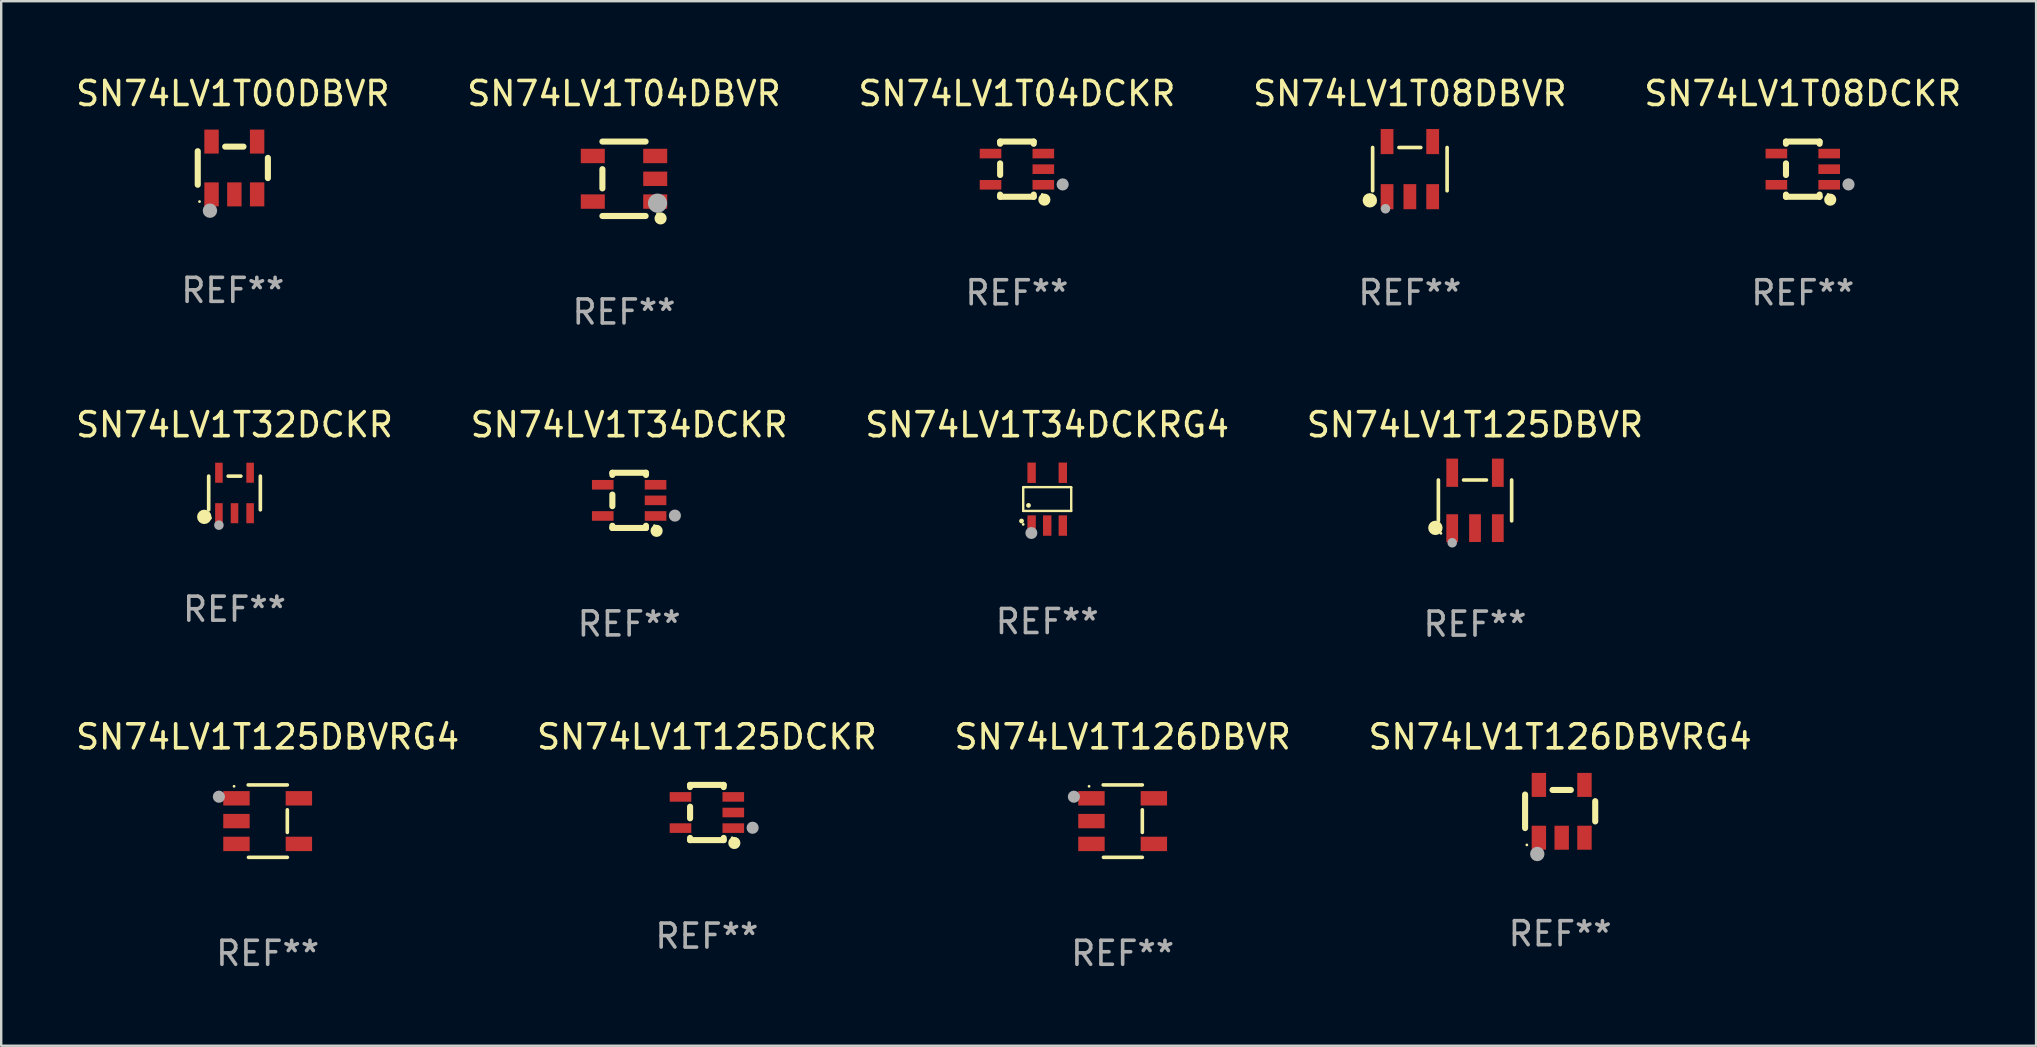
<source format=kicad_pcb>
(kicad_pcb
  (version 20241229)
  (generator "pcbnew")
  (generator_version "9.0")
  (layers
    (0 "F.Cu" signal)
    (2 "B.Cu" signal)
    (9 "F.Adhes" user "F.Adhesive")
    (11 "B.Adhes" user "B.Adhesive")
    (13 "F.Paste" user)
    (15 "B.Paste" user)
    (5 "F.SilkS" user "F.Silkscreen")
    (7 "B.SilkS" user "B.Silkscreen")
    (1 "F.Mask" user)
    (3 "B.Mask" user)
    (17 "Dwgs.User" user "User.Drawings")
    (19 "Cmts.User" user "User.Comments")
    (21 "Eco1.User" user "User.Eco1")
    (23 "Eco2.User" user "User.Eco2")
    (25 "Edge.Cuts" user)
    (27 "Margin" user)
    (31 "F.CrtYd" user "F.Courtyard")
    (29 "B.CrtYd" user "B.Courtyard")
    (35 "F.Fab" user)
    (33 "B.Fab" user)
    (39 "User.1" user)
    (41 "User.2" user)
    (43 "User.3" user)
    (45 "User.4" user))
  (footprint "SN74LV1T08DCKR"
    (layer "F.Cu")
    (at 72.054 3.998)
    (property "Reference" "SN74LV1T08DCKR" (at 0 -3.15 0) (layer "F.SilkS") (effects (font (size 1 1) (thickness 0.15))))
    (attr through_hole)
    (fp_line (start -0.7 -1.15) (end 0.7 -1.15) (stroke (width 0.254) (type solid)) (layer "F.SilkS"))
    (fp_line (start -0.7 -1.058) (end -0.7 -1.15) (stroke (width 0.254) (type solid)) (layer "F.SilkS"))
    (fp_line (start -0.7 0.242) (end -0.7 -0.242) (stroke (width 0.254) (type solid)) (layer "F.SilkS"))
    (fp_line (start -0.7 1.15) (end -0.7 1.058) (stroke (width 0.254) (type solid)) (layer "F.SilkS"))
    (fp_line (start -0.7 1.15) (end 0.7 1.15) (stroke (width 0.254) (type solid)) (layer "F.SilkS"))
    (fp_line (start 0.7 -1.058) (end 0.7 -1.15) (stroke (width 0.254) (type solid)) (layer "F.SilkS"))
    (fp_line (start 0.7 1.15) (end 0.7 1.058) (stroke (width 0.254) (type solid)) (layer "F.SilkS"))
    (fp_circle (center 1.053 1.052) (end 1.083 1.052) (stroke (width 0.06) (type solid)) (fill no) (layer "F.SilkS"))
    (fp_circle (center 1.143 1.27) (end 1.27 1.27) (stroke (width 0.254) (type solid)) (fill no) (layer "F.SilkS"))
    (fp_circle (center 1.905 0.635) (end 2.032 0.635) (stroke (width 0.254) (type solid)) (fill no) (layer "F.Fab"))
    (fp_text user "REF**" (at 0 5.15 0) (layer "F.Fab") (effects (font (size 1 1) (thickness 0.15))))
    (pad "1" smd rect (at 1.1 0.65 90) (size 0.4 0.9) (layers "F.Cu" "F.Mask" "F.Paste"))
    (pad "2" smd rect (at 1.1 0.000076 90) (size 0.4 0.9) (layers "F.Cu" "F.Mask" "F.Paste"))
    (pad "3" smd rect (at 1.1 -0.65 90) (size 0.4 0.9) (layers "F.Cu" "F.Mask" "F.Paste"))
    (pad "4" smd rect (at -1.1 -0.65 90) (size 0.4 0.9) (layers "F.Cu" "F.Mask" "F.Paste"))
    (pad "5" smd rect (at -1.1 0.65 90) (size 0.4 0.9) (layers "F.Cu" "F.Mask" "F.Paste")))
  (footprint "SN74LV1T125DBVR"
    (layer "F.Cu")
    (at 58.399 17.798)
    (property "Reference" "SN74LV1T125DBVR" (at 0 -3.154 0) (layer "F.SilkS") (effects (font (size 1 1) (thickness 0.15))))
    (attr through_hole)
    (fp_line (start -1.526 0.851) (end -1.526 -0.851) (stroke (width 0.152) (type solid)) (layer "F.SilkS"))
    (fp_line (start 0.476 -0.851) (end -0.476 -0.851) (stroke (width 0.152) (type solid)) (layer "F.SilkS"))
    (fp_line (start 1.526 0.851) (end 1.526 -0.851) (stroke (width 0.152) (type solid)) (layer "F.SilkS"))
    (fp_circle (center -1.651 1.143) (end -1.501 1.143) (stroke (width 0.3) (type solid)) (fill no) (layer "F.SilkS"))
    (fp_circle (center -1.42 1.37) (end -1.39 1.37) (stroke (width 0.06) (type solid)) (fill no) (layer "F.SilkS"))
    (fp_circle (center -0.95 1.763) (end -0.85 1.763) (stroke (width 0.2) (type solid)) (fill no) (layer "F.Fab"))
    (fp_text user "REF**" (at 0 5.154 0) (layer "F.Fab") (effects (font (size 1 1) (thickness 0.15))))
    (pad "1" smd rect (at -0.95 1.154) (size 0.49 1.157) (layers "F.Cu" "F.Mask" "F.Paste"))
    (pad "2" smd rect (at 0 1.154) (size 0.49 1.157) (layers "F.Cu" "F.Mask" "F.Paste"))
    (pad "3" smd rect (at 0.95 1.154) (size 0.49 1.157) (layers "F.Cu" "F.Mask" "F.Paste"))
    (pad "4" smd rect (at 0.95 -1.154) (size 0.49 1.175) (layers "F.Cu" "F.Mask" "F.Paste"))
    (pad "5" smd rect (at -0.95 -1.154) (size 0.49 1.175) (layers "F.Cu" "F.Mask" "F.Paste")))
  (footprint "SN74LV1T34DCKRG4"
    (layer "F.Cu")
    (at 40.577 17.745)
    (property "Reference" "SN74LV1T34DCKRG4" (at 0 -3.1 0) (layer "F.SilkS") (effects (font (size 1 1) (thickness 0.15))))
    (attr through_hole)
    (fp_line (start -1 -0.5) (end -1 0.49) (stroke (width 0.1) (type solid)) (layer "F.SilkS"))
    (fp_line (start -1 0.49) (end 1 0.49) (stroke (width 0.1) (type solid)) (layer "F.SilkS"))
    (fp_line (start 0.99 -0.5) (end -1 -0.5) (stroke (width 0.1) (type solid)) (layer "F.SilkS"))
    (fp_line (start 1 -0.49) (end 0.99 -0.5) (stroke (width 0.1) (type solid)) (layer "F.SilkS"))
    (fp_line (start 1 0.49) (end 1 -0.49) (stroke (width 0.1) (type solid)) (layer "F.SilkS"))
    (fp_circle (center -1.07 0.91) (end -1.02 0.91) (stroke (width 0.1) (type solid)) (fill no) (layer "F.SilkS"))
    (fp_circle (center -1 1.05) (end -0.97 1.05) (stroke (width 0.06) (type solid)) (fill no) (layer "F.SilkS"))
    (fp_circle (center -0.78 0.26) (end -0.73 0.26) (stroke (width 0.1) (type solid)) (fill no) (layer "F.SilkS"))
    (fp_circle (center -0.66 1.41) (end -0.535 1.41) (stroke (width 0.25) (type solid)) (fill no) (layer "F.Fab"))
    (fp_text user "REF**" (at 0 5.1 0) (layer "F.Fab") (effects (font (size 1 1) (thickness 0.15))))
    (pad "1" smd rect (at -0.65 1.1) (size 0.35 0.85) (layers "F.Cu" "F.Mask" "F.Paste"))
    (pad "2" smd rect (at 0.000051 1.1) (size 0.35 0.85) (layers "F.Cu" "F.Mask" "F.Paste"))
    (pad "3" smd rect (at 0.65 1.1) (size 0.35 0.85) (layers "F.Cu" "F.Mask" "F.Paste"))
    (pad "4" smd rect (at 0.65 -1.1) (size 0.35 0.85) (layers "F.Cu" "F.Mask" "F.Paste"))
    (pad "5" smd rect (at -0.65 -1.1) (size 0.35 0.85) (layers "F.Cu" "F.Mask" "F.Paste")))
  (footprint "SN74LV1T00DBVR"
    (layer "F.Cu")
    (at 6.649 3.948)
    (property "Reference" "SN74LV1T00DBVR" (at 0 -3.1 0) (layer "F.SilkS") (effects (font (size 1 1) (thickness 0.15))))
    (attr through_hole)
    (fp_line (start -1.461 -0.699) (end -1.461 0.699) (stroke (width 0.254) (type solid)) (layer "F.SilkS"))
    (fp_line (start -0.318 -0.889) (end 0.445 -0.889) (stroke (width 0.254) (type solid)) (layer "F.SilkS"))
    (fp_line (start 1.461 -0.422) (end 1.461 0.422) (stroke (width 0.254) (type solid)) (layer "F.SilkS"))
    (fp_circle (center -1.387 1.4) (end -1.357 1.4) (stroke (width 0.06) (type solid)) (fill no) (layer "F.SilkS"))
    (fp_circle (center -0.953 1.778) (end -0.802 1.778) (stroke (width 0.3) (type solid)) (fill no) (layer "F.Fab"))
    (fp_text user "REF**" (at 0 5.1 0) (layer "F.Fab") (effects (font (size 1 1) (thickness 0.15))))
    (pad "1" smd rect (at -0.886 1.1) (size 0.6 1) (layers "F.Cu" "F.Mask" "F.Paste"))
    (pad "2" smd rect (at 0.064 1.1) (size 0.6 1) (layers "F.Cu" "F.Mask" "F.Paste"))
    (pad "3" smd rect (at 1.013 1.1) (size 0.6 1) (layers "F.Cu" "F.Mask" "F.Paste"))
    (pad "4" smd rect (at 1.013 -1.1) (size 0.6 1) (layers "F.Cu" "F.Mask" "F.Paste"))
    (pad "5" smd rect (at -0.886 -1.1) (size 0.6 1) (layers "F.Cu" "F.Mask" "F.Paste")))
  (footprint "SN74LV1T04DCKR"
    (layer "F.Cu")
    (at 39.315 3.998)
    (property "Reference" "SN74LV1T04DCKR" (at 0 -3.15 0) (layer "F.SilkS") (effects (font (size 1 1) (thickness 0.15))))
    (attr through_hole)
    (fp_line (start -0.7 -1.15) (end 0.7 -1.15) (stroke (width 0.254) (type solid)) (layer "F.SilkS"))
    (fp_line (start -0.7 -1.058) (end -0.7 -1.15) (stroke (width 0.254) (type solid)) (layer "F.SilkS"))
    (fp_line (start -0.7 0.242) (end -0.7 -0.242) (stroke (width 0.254) (type solid)) (layer "F.SilkS"))
    (fp_line (start -0.7 1.15) (end -0.7 1.058) (stroke (width 0.254) (type solid)) (layer "F.SilkS"))
    (fp_line (start -0.7 1.15) (end 0.7 1.15) (stroke (width 0.254) (type solid)) (layer "F.SilkS"))
    (fp_line (start 0.7 -1.058) (end 0.7 -1.15) (stroke (width 0.254) (type solid)) (layer "F.SilkS"))
    (fp_line (start 0.7 1.15) (end 0.7 1.058) (stroke (width 0.254) (type solid)) (layer "F.SilkS"))
    (fp_circle (center 1.053 1.052) (end 1.083 1.052) (stroke (width 0.06) (type solid)) (fill no) (layer "F.SilkS"))
    (fp_circle (center 1.143 1.27) (end 1.27 1.27) (stroke (width 0.254) (type solid)) (fill no) (layer "F.SilkS"))
    (fp_circle (center 1.905 0.635) (end 2.032 0.635) (stroke (width 0.254) (type solid)) (fill no) (layer "F.Fab"))
    (fp_text user "REF**" (at 0 5.15 0) (layer "F.Fab") (effects (font (size 1 1) (thickness 0.15))))
    (pad "1" smd rect (at 1.1 0.65 90) (size 0.4 0.9) (layers "F.Cu" "F.Mask" "F.Paste"))
    (pad "2" smd rect (at 1.1 0.000076 90) (size 0.4 0.9) (layers "F.Cu" "F.Mask" "F.Paste"))
    (pad "3" smd rect (at 1.1 -0.65 90) (size 0.4 0.9) (layers "F.Cu" "F.Mask" "F.Paste"))
    (pad "4" smd rect (at -1.1 -0.65 90) (size 0.4 0.9) (layers "F.Cu" "F.Mask" "F.Paste"))
    (pad "5" smd rect (at -1.1 0.65 90) (size 0.4 0.9) (layers "F.Cu" "F.Mask" "F.Paste")))
  (footprint "SN74LV1T125DCKR"
    (layer "F.Cu")
    (at 26.399 30.799)
    (property "Reference" "SN74LV1T125DCKR" (at 0 -3.15 0) (layer "F.SilkS") (effects (font (size 1 1) (thickness 0.15))))
    (attr through_hole)
    (fp_line (start -0.7 -1.15) (end 0.7 -1.15) (stroke (width 0.254) (type solid)) (layer "F.SilkS"))
    (fp_line (start -0.7 -1.058) (end -0.7 -1.15) (stroke (width 0.254) (type solid)) (layer "F.SilkS"))
    (fp_line (start -0.7 0.242) (end -0.7 -0.242) (stroke (width 0.254) (type solid)) (layer "F.SilkS"))
    (fp_line (start -0.7 1.15) (end -0.7 1.058) (stroke (width 0.254) (type solid)) (layer "F.SilkS"))
    (fp_line (start -0.7 1.15) (end 0.7 1.15) (stroke (width 0.254) (type solid)) (layer "F.SilkS"))
    (fp_line (start 0.7 -1.058) (end 0.7 -1.15) (stroke (width 0.254) (type solid)) (layer "F.SilkS"))
    (fp_line (start 0.7 1.15) (end 0.7 1.058) (stroke (width 0.254) (type solid)) (layer "F.SilkS"))
    (fp_circle (center 1.053 1.052) (end 1.083 1.052) (stroke (width 0.06) (type solid)) (fill no) (layer "F.SilkS"))
    (fp_circle (center 1.143 1.27) (end 1.27 1.27) (stroke (width 0.254) (type solid)) (fill no) (layer "F.SilkS"))
    (fp_circle (center 1.905 0.635) (end 2.032 0.635) (stroke (width 0.254) (type solid)) (fill no) (layer "F.Fab"))
    (fp_text user "REF**" (at 0 5.15 0) (layer "F.Fab") (effects (font (size 1 1) (thickness 0.15))))
    (pad "1" smd rect (at 1.1 0.65 90) (size 0.4 0.9) (layers "F.Cu" "F.Mask" "F.Paste"))
    (pad "2" smd rect (at 1.1 0.000076 90) (size 0.4 0.9) (layers "F.Cu" "F.Mask" "F.Paste"))
    (pad "3" smd rect (at 1.1 -0.65 90) (size 0.4 0.9) (layers "F.Cu" "F.Mask" "F.Paste"))
    (pad "4" smd rect (at -1.1 -0.65 90) (size 0.4 0.9) (layers "F.Cu" "F.Mask" "F.Paste"))
    (pad "5" smd rect (at -1.1 0.65 90) (size 0.4 0.9) (layers "F.Cu" "F.Mask" "F.Paste")))
  (footprint "SN74LV1T126DBVR"
    (layer "F.Cu")
    (at 43.72 31.158)
    (property "Reference" "SN74LV1T126DBVR" (at 0 -3.509 0) (layer "F.SilkS") (effects (font (size 1 1) (thickness 0.15))))
    (attr through_hole)
    (fp_line (start -0.811 -1.509) (end 0.819 -1.509) (stroke (width 0.15) (type solid)) (layer "F.SilkS"))
    (fp_line (start -0.8 1.509) (end 0.82 1.509) (stroke (width 0.15) (type solid)) (layer "F.SilkS"))
    (fp_line (start 0.819 -0.472) (end 0.819 0.47) (stroke (width 0.15) (type solid)) (layer "F.SilkS"))
    (fp_circle (center -1.4 -1.451) (end -1.37 -1.451) (stroke (width 0.06) (type solid)) (fill no) (layer "F.SilkS"))
    (fp_circle (center -2.032 -1.017) (end -1.905 -1.017) (stroke (width 0.254) (type solid)) (fill no) (layer "F.Fab"))
    (fp_text user "REF**" (at 0 5.509 0) (layer "F.Fab") (effects (font (size 1 1) (thickness 0.15))))
    (pad "1" smd rect (at -1.3 -0.951) (size 1.1 0.6) (layers "F.Cu" "F.Mask" "F.Paste"))
    (pad "2" smd rect (at -1.3 -0.001) (size 1.1 0.6) (layers "F.Cu" "F.Mask" "F.Paste"))
    (pad "3" smd rect (at -1.3 0.949) (size 1.1 0.6) (layers "F.Cu" "F.Mask" "F.Paste"))
    (pad "4" smd rect (at 1.3 0.949) (size 1.1 0.6) (layers "F.Cu" "F.Mask" "F.Paste"))
    (pad "5" smd rect (at 1.3 -0.951) (size 1.1 0.6) (layers "F.Cu" "F.Mask" "F.Paste")))
  (footprint "SN74LV1T126DBVRG4"
    (layer "F.Cu")
    (at 61.946 30.749)
    (property "Reference" "SN74LV1T126DBVRG4" (at 0 -3.1 0) (layer "F.SilkS") (effects (font (size 1 1) (thickness 0.15))))
    (attr through_hole)
    (fp_line (start -1.461 -0.699) (end -1.461 0.699) (stroke (width 0.254) (type solid)) (layer "F.SilkS"))
    (fp_line (start -0.318 -0.889) (end 0.445 -0.889) (stroke (width 0.254) (type solid)) (layer "F.SilkS"))
    (fp_line (start 1.461 -0.422) (end 1.461 0.422) (stroke (width 0.254) (type solid)) (layer "F.SilkS"))
    (fp_circle (center -1.387 1.4) (end -1.357 1.4) (stroke (width 0.06) (type solid)) (fill no) (layer "F.SilkS"))
    (fp_circle (center -0.953 1.778) (end -0.802 1.778) (stroke (width 0.3) (type solid)) (fill no) (layer "F.Fab"))
    (fp_text user "REF**" (at 0 5.1 0) (layer "F.Fab") (effects (font (size 1 1) (thickness 0.15))))
    (pad "1" smd rect (at -0.886 1.1) (size 0.6 1) (layers "F.Cu" "F.Mask" "F.Paste"))
    (pad "2" smd rect (at 0.064 1.1) (size 0.6 1) (layers "F.Cu" "F.Mask" "F.Paste"))
    (pad "3" smd rect (at 1.013 1.1) (size 0.6 1) (layers "F.Cu" "F.Mask" "F.Paste"))
    (pad "4" smd rect (at 1.013 -1.1) (size 0.6 1) (layers "F.Cu" "F.Mask" "F.Paste"))
    (pad "5" smd rect (at -0.886 -1.1) (size 0.6 1) (layers "F.Cu" "F.Mask" "F.Paste")))
  (footprint "SN74LV1T08DBVR"
    (layer "F.Cu")
    (at 55.685 3.996)
    (property "Reference" "SN74LV1T08DBVR" (at 0 -3.148 0) (layer "F.SilkS") (effects (font (size 1 1) (thickness 0.15))))
    (attr through_hole)
    (fp_line (start -1.551 0.901) (end -1.551 -0.901) (stroke (width 0.152) (type solid)) (layer "F.SilkS"))
    (fp_line (start 0.455 -0.901) (end -0.455 -0.901) (stroke (width 0.152) (type solid)) (layer "F.SilkS"))
    (fp_line (start 1.551 0.901) (end 1.551 -0.901) (stroke (width 0.152) (type solid)) (layer "F.SilkS"))
    (fp_circle (center -1.668 1.3) (end -1.518 1.3) (stroke (width 0.3) (type solid)) (fill no) (layer "F.SilkS"))
    (fp_circle (center -1.45 1.4) (end -1.42 1.4) (stroke (width 0.06) (type solid)) (fill no) (layer "F.SilkS"))
    (fp_circle (center -1.016 1.651) (end -0.916 1.651) (stroke (width 0.2) (type solid)) (fill no) (layer "F.Fab"))
    (fp_text user "REF**" (at 0 5.148 0) (layer "F.Fab") (effects (font (size 1 1) (thickness 0.15))))
    (pad "1" smd rect (at -0.95 1.148) (size 0.532 1.045) (layers "F.Cu" "F.Mask" "F.Paste"))
    (pad "2" smd rect (at 0 1.148) (size 0.532 1.045) (layers "F.Cu" "F.Mask" "F.Paste"))
    (pad "3" smd rect (at 0.95 1.148) (size 0.532 1.045) (layers "F.Cu" "F.Mask" "F.Paste"))
    (pad "4" smd rect (at 0.95 -1.148) (size 0.532 1.045) (layers "F.Cu" "F.Mask" "F.Paste"))
    (pad "5" smd rect (at -0.95 -1.148) (size 0.532 1.045) (layers "F.Cu" "F.Mask" "F.Paste")))
  (footprint "SN74LV1T34DCKR"
    (layer "F.Cu")
    (at 23.161 17.795)
    (property "Reference" "SN74LV1T34DCKR" (at 0 -3.15 0) (layer "F.SilkS") (effects (font (size 1 1) (thickness 0.15))))
    (attr through_hole)
    (fp_line (start -0.7 -1.15) (end 0.7 -1.15) (stroke (width 0.254) (type solid)) (layer "F.SilkS"))
    (fp_line (start -0.7 -1.058) (end -0.7 -1.15) (stroke (width 0.254) (type solid)) (layer "F.SilkS"))
    (fp_line (start -0.7 0.242) (end -0.7 -0.242) (stroke (width 0.254) (type solid)) (layer "F.SilkS"))
    (fp_line (start -0.7 1.15) (end -0.7 1.058) (stroke (width 0.254) (type solid)) (layer "F.SilkS"))
    (fp_line (start -0.7 1.15) (end 0.7 1.15) (stroke (width 0.254) (type solid)) (layer "F.SilkS"))
    (fp_line (start 0.7 -1.058) (end 0.7 -1.15) (stroke (width 0.254) (type solid)) (layer "F.SilkS"))
    (fp_line (start 0.7 1.15) (end 0.7 1.058) (stroke (width 0.254) (type solid)) (layer "F.SilkS"))
    (fp_circle (center 1.053 1.052) (end 1.083 1.052) (stroke (width 0.06) (type solid)) (fill no) (layer "F.SilkS"))
    (fp_circle (center 1.143 1.27) (end 1.27 1.27) (stroke (width 0.254) (type solid)) (fill no) (layer "F.SilkS"))
    (fp_circle (center 1.905 0.635) (end 2.032 0.635) (stroke (width 0.254) (type solid)) (fill no) (layer "F.Fab"))
    (fp_text user "REF**" (at 0 5.15 0) (layer "F.Fab") (effects (font (size 1 1) (thickness 0.15))))
    (pad "1" smd rect (at 1.1 0.65 90) (size 0.4 0.9) (layers "F.Cu" "F.Mask" "F.Paste"))
    (pad "2" smd rect (at 1.1 0.000076 90) (size 0.4 0.9) (layers "F.Cu" "F.Mask" "F.Paste"))
    (pad "3" smd rect (at 1.1 -0.65 90) (size 0.4 0.9) (layers "F.Cu" "F.Mask" "F.Paste"))
    (pad "4" smd rect (at -1.1 -0.65 90) (size 0.4 0.9) (layers "F.Cu" "F.Mask" "F.Paste"))
    (pad "5" smd rect (at -1.1 0.65 90) (size 0.4 0.9) (layers "F.Cu" "F.Mask" "F.Paste")))
  (footprint "SN74LV1T125DBVRG4"
    (layer "F.Cu")
    (at 8.101 31.158)
    (property "Reference" "SN74LV1T125DBVRG4" (at 0 -3.509 0) (layer "F.SilkS") (effects (font (size 1 1) (thickness 0.15))))
    (attr through_hole)
    (fp_line (start -0.811 -1.509) (end 0.819 -1.509) (stroke (width 0.15) (type solid)) (layer "F.SilkS"))
    (fp_line (start -0.8 1.509) (end 0.82 1.509) (stroke (width 0.15) (type solid)) (layer "F.SilkS"))
    (fp_line (start 0.819 -0.472) (end 0.819 0.47) (stroke (width 0.15) (type solid)) (layer "F.SilkS"))
    (fp_circle (center -1.4 -1.451) (end -1.37 -1.451) (stroke (width 0.06) (type solid)) (fill no) (layer "F.SilkS"))
    (fp_circle (center -2.032 -1.017) (end -1.905 -1.017) (stroke (width 0.254) (type solid)) (fill no) (layer "F.Fab"))
    (fp_text user "REF**" (at 0 5.509 0) (layer "F.Fab") (effects (font (size 1 1) (thickness 0.15))))
    (pad "1" smd rect (at -1.3 -0.951) (size 1.1 0.6) (layers "F.Cu" "F.Mask" "F.Paste"))
    (pad "2" smd rect (at -1.3 -0.001) (size 1.1 0.6) (layers "F.Cu" "F.Mask" "F.Paste"))
    (pad "3" smd rect (at -1.3 0.949) (size 1.1 0.6) (layers "F.Cu" "F.Mask" "F.Paste"))
    (pad "4" smd rect (at 1.3 0.949) (size 1.1 0.6) (layers "F.Cu" "F.Mask" "F.Paste"))
    (pad "5" smd rect (at 1.3 -0.951) (size 1.1 0.6) (layers "F.Cu" "F.Mask" "F.Paste")))
  (footprint "SN74LV1T04DBVR"
    (layer "F.Cu")
    (at 22.946 4.398)
    (property "Reference" "SN74LV1T04DBVR" (at 0 -3.55 0) (layer "F.SilkS") (effects (font (size 1 1) (thickness 0.15))))
    (attr through_hole)
    (fp_line (start -0.9 -1.55) (end 0.9 -1.55) (stroke (width 0.254) (type solid)) (layer "F.SilkS"))
    (fp_line (start -0.9 0.4) (end -0.9 -0.4) (stroke (width 0.254) (type solid)) (layer "F.SilkS"))
    (fp_line (start -0.9 1.55) (end 0.9 1.55) (stroke (width 0.254) (type solid)) (layer "F.SilkS"))
    (fp_circle (center 1.4 1.45) (end 1.43 1.45) (stroke (width 0.06) (type solid)) (fill no) (layer "F.SilkS"))
    (fp_circle (center 1.524 1.651) (end 1.651 1.651) (stroke (width 0.254) (type solid)) (fill no) (layer "F.SilkS"))
    (fp_circle (center 1.397 1.016) (end 1.597 1.016) (stroke (width 0.4) (type solid)) (fill no) (layer "F.Fab"))
    (fp_text user "REF**" (at 0 5.55 0) (layer "F.Fab") (effects (font (size 1 1) (thickness 0.15))))
    (pad "1" smd rect (at 1.3 0.95) (size 1 0.6) (layers "F.Cu" "F.Mask" "F.Paste"))
    (pad "2" smd rect (at 1.3 -0.000051) (size 1 0.6) (layers "F.Cu" "F.Mask" "F.Paste"))
    (pad "3" smd rect (at 1.3 -0.95) (size 1 0.6) (layers "F.Cu" "F.Mask" "F.Paste"))
    (pad "4" smd rect (at -1.3 -0.95) (size 1 0.6) (layers "F.Cu" "F.Mask" "F.Paste"))
    (pad "5" smd rect (at -1.3 0.95) (size 1 0.6) (layers "F.Cu" "F.Mask" "F.Paste")))
  (footprint "SN74LV1T32DCKR"
    (layer "F.Cu")
    (at 6.72 17.487)
    (property "Reference" "SN74LV1T32DCKR" (at 0 -2.843 0) (layer "F.SilkS") (effects (font (size 1 1) (thickness 0.15))))
    (attr through_hole)
    (fp_line (start -1.076 0.701) (end -1.076 -0.701) (stroke (width 0.152) (type solid)) (layer "F.SilkS"))
    (fp_line (start 0.264 -0.701) (end -0.264 -0.701) (stroke (width 0.152) (type solid)) (layer "F.SilkS"))
    (fp_line (start 1.076 0.701) (end 1.076 -0.701) (stroke (width 0.152) (type solid)) (layer "F.SilkS"))
    (fp_circle (center -1.26 0.995) (end -1.11 0.995) (stroke (width 0.3) (type solid)) (fill no) (layer "F.SilkS"))
    (fp_circle (center -1 1.05) (end -0.97 1.05) (stroke (width 0.06) (type solid)) (fill no) (layer "F.SilkS"))
    (fp_circle (center -0.65 1.341) (end -0.55 1.341) (stroke (width 0.2) (type solid)) (fill no) (layer "F.Fab"))
    (fp_text user "REF**" (at 0 4.843 0) (layer "F.Fab") (effects (font (size 1 1) (thickness 0.15))))
    (pad "1" smd rect (at -0.65 0.843) (size 0.315 0.835) (layers "F.Cu" "F.Mask" "F.Paste"))
    (pad "2" smd rect (at 0.00014 0.843) (size 0.315 0.835) (layers "F.Cu" "F.Mask" "F.Paste"))
    (pad "3" smd rect (at 0.65 0.843) (size 0.315 0.835) (layers "F.Cu" "F.Mask" "F.Paste"))
    (pad "4" smd rect (at 0.65 -0.843) (size 0.315 0.835) (layers "F.Cu" "F.Mask" "F.Paste"))
    (pad "5" smd rect (at -0.65 -0.843) (size 0.315 0.835) (layers "F.Cu" "F.Mask" "F.Paste")))
  (gr_rect
    (start -3 -3)
    (end 81.774 40.515)
    (stroke (width 0.1) (type default))
    (fill no)
    (layer "Edge.Cuts")))
</source>
